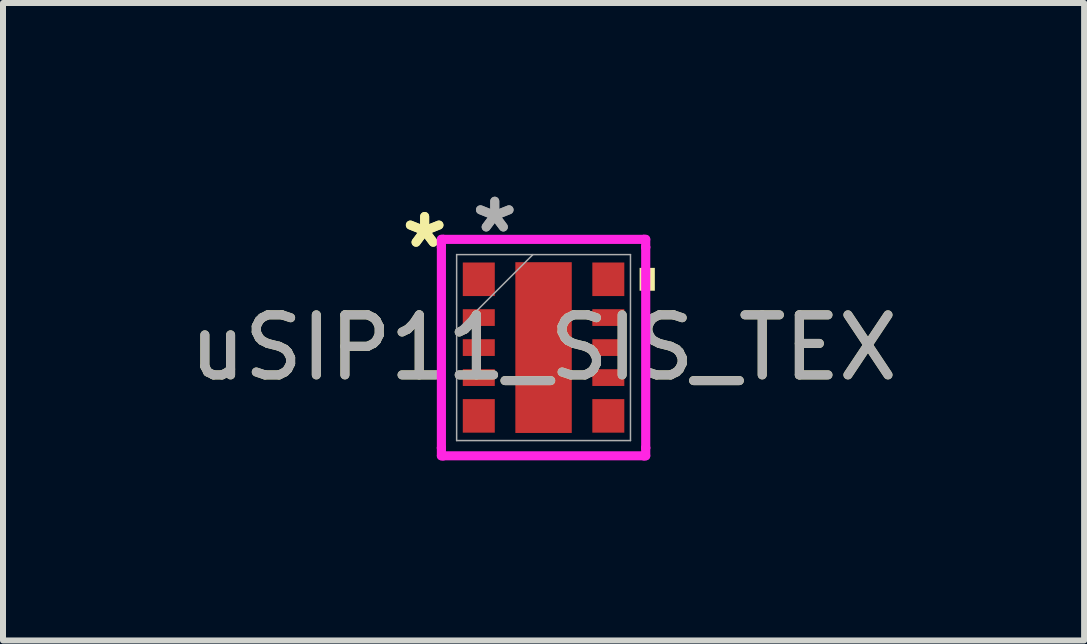
<source format=kicad_pcb>
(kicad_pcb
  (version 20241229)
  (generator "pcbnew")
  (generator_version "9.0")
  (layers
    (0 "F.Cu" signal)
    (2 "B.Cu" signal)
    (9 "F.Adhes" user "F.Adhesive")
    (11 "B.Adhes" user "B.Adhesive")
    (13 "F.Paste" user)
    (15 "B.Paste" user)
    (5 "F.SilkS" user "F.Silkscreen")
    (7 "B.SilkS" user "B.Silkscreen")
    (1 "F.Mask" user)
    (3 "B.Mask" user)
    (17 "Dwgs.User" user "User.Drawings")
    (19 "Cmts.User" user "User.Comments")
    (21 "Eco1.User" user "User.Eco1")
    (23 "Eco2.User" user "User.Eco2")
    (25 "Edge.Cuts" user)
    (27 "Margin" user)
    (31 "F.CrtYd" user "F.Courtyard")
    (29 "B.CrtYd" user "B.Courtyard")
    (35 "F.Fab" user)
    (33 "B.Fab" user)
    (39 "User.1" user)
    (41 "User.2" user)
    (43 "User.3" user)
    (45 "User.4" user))
  (footprint "uSIP11_SIS_TEX"
    (layer "F.Cu")
    (at 6.006 2.741)
    (property "Reference" "uSIP11_SIS_TEX" (at 0 0 0) (unlocked yes) (layer "F.SilkS") (effects (font (size 1 1) (thickness 0.15))))
    (attr smd)
    (fp_poly (pts (xy 1.854 -1.328) (xy 1.854 -0.947) (xy 1.6 -0.947) (xy 1.6 -1.328)) (stroke (width 0) (type solid)) (fill yes) (layer "F.SilkS"))
    (fp_poly (pts (xy -0.37 -1.322) (xy -0.37 -0.1) (xy 0.37 -0.1) (xy 0.37 -1.322)) (stroke (width 0) (type solid)) (fill yes) (layer "F.Paste"))
    (fp_poly (pts (xy -0.37 0.1) (xy -0.37 1.322) (xy 0.37 1.322) (xy 0.37 0.1)) (stroke (width 0) (type solid)) (fill yes) (layer "F.Paste"))
    (fp_line (start -1.702 -1.803) (end -1.671 -1.803) (stroke (width 0.152) (type solid)) (layer "F.CrtYd"))
    (fp_line (start -1.702 -1.671) (end -1.702 -1.803) (stroke (width 0.152) (type solid)) (layer "F.CrtYd"))
    (fp_line (start -1.702 -1.671) (end -1.702 -1.671) (stroke (width 0.152) (type solid)) (layer "F.CrtYd"))
    (fp_line (start -1.702 1.671) (end -1.702 -1.671) (stroke (width 0.152) (type solid)) (layer "F.CrtYd"))
    (fp_line (start -1.702 1.671) (end -1.702 1.671) (stroke (width 0.152) (type solid)) (layer "F.CrtYd"))
    (fp_line (start -1.702 1.803) (end -1.702 1.671) (stroke (width 0.152) (type solid)) (layer "F.CrtYd"))
    (fp_line (start -1.671 -1.803) (end -1.671 -1.803) (stroke (width 0.152) (type solid)) (layer "F.CrtYd"))
    (fp_line (start -1.671 -1.803) (end 1.671 -1.803) (stroke (width 0.152) (type solid)) (layer "F.CrtYd"))
    (fp_line (start -1.671 1.803) (end -1.702 1.803) (stroke (width 0.152) (type solid)) (layer "F.CrtYd"))
    (fp_line (start -1.671 1.803) (end -1.671 1.803) (stroke (width 0.152) (type solid)) (layer "F.CrtYd"))
    (fp_line (start 1.671 -1.803) (end 1.671 -1.803) (stroke (width 0.152) (type solid)) (layer "F.CrtYd"))
    (fp_line (start 1.671 -1.803) (end 1.702 -1.803) (stroke (width 0.152) (type solid)) (layer "F.CrtYd"))
    (fp_line (start 1.671 1.803) (end -1.671 1.803) (stroke (width 0.152) (type solid)) (layer "F.CrtYd"))
    (fp_line (start 1.671 1.803) (end 1.671 1.803) (stroke (width 0.152) (type solid)) (layer "F.CrtYd"))
    (fp_line (start 1.702 -1.803) (end 1.702 -1.671) (stroke (width 0.152) (type solid)) (layer "F.CrtYd"))
    (fp_line (start 1.702 -1.671) (end 1.702 -1.671) (stroke (width 0.152) (type solid)) (layer "F.CrtYd"))
    (fp_line (start 1.702 -1.671) (end 1.702 1.671) (stroke (width 0.152) (type solid)) (layer "F.CrtYd"))
    (fp_line (start 1.702 1.671) (end 1.702 1.671) (stroke (width 0.152) (type solid)) (layer "F.CrtYd"))
    (fp_line (start 1.702 1.671) (end 1.702 1.803) (stroke (width 0.152) (type solid)) (layer "F.CrtYd"))
    (fp_line (start 1.702 1.803) (end 1.671 1.803) (stroke (width 0.152) (type solid)) (layer "F.CrtYd"))
    (fp_line (start -1.448 -1.549) (end -1.448 1.549) (stroke (width 0.025) (type solid)) (layer "F.Fab"))
    (fp_line (start -1.448 -0.279) (end -0.178 -1.549) (stroke (width 0.025) (type solid)) (layer "F.Fab"))
    (fp_line (start -1.448 1.549) (end 1.448 1.549) (stroke (width 0.025) (type solid)) (layer "F.Fab"))
    (fp_line (start 1.448 -1.549) (end -1.448 -1.549) (stroke (width 0.025) (type solid)) (layer "F.Fab"))
    (fp_line (start 1.448 1.549) (end 1.448 -1.549) (stroke (width 0.025) (type solid)) (layer "F.Fab"))
    (fp_text user "*" (at -1.981 -1.639 0) (unlocked yes) (layer "F.SilkS") (effects (font (size 1 1) (thickness 0.15))))
    (fp_text user "*" (at -1.981 -1.639 0) (layer "F.SilkS") (effects (font (size 1 1) (thickness 0.15))))
    (fp_text user "*" (at -0.813 -1.893 0) (unlocked yes) (layer "F.Fab") (effects (font (size 1 1) (thickness 0.15))))
    (fp_text user "*" (at -0.813 -1.893 0) (layer "F.Fab") (effects (font (size 1 1) (thickness 0.15))))
    (fp_text user "${REFERENCE}" (at 0 0 0) (unlocked yes) (layer "F.Fab") (effects (font (size 1 1) (thickness 0.15))))
    (pad "1" smd rect (at -1.079 -1.138 90) (size 0.559 0.533) (layers "F.Cu" "F.Mask" "F.Paste"))
    (pad "2" smd rect (at -1.079 -0.5 90) (size 0.279 0.533) (layers "F.Cu" "F.Mask" "F.Paste"))
    (pad "3" smd rect (at -1.079 0 90) (size 0.279 0.533) (layers "F.Cu" "F.Mask" "F.Paste"))
    (pad "4" smd rect (at -1.079 0.5 90) (size 0.279 0.533) (layers "F.Cu" "F.Mask" "F.Paste"))
    (pad "5" smd rect (at -1.079 1.138 90) (size 0.559 0.533) (layers "F.Cu" "F.Mask" "F.Paste"))
    (pad "6" smd rect (at 1.079 1.138 90) (size 0.559 0.533) (layers "F.Cu" "F.Mask" "F.Paste"))
    (pad "7" smd rect (at 1.079 0.5 90) (size 0.279 0.533) (layers "F.Cu" "F.Mask" "F.Paste"))
    (pad "8" smd rect (at 1.079 0 90) (size 0.279 0.533) (layers "F.Cu" "F.Mask" "F.Paste"))
    (pad "9" smd rect (at 1.079 -0.5 90) (size 0.279 0.533) (layers "F.Cu" "F.Mask" "F.Paste"))
    (pad "10" smd rect (at 1.079 -1.138 90) (size 0.559 0.533) (layers "F.Cu" "F.Mask" "F.Paste"))
    (pad "11" smd rect (at 0 0) (size 0.94 2.845) (layers "F.Cu" "F.Mask")))
  (gr_rect
    (start -3 -3)
    (end 15.012 7.621)
    (stroke (width 0.1) (type default))
    (fill no)
    (layer "Edge.Cuts")))
</source>
